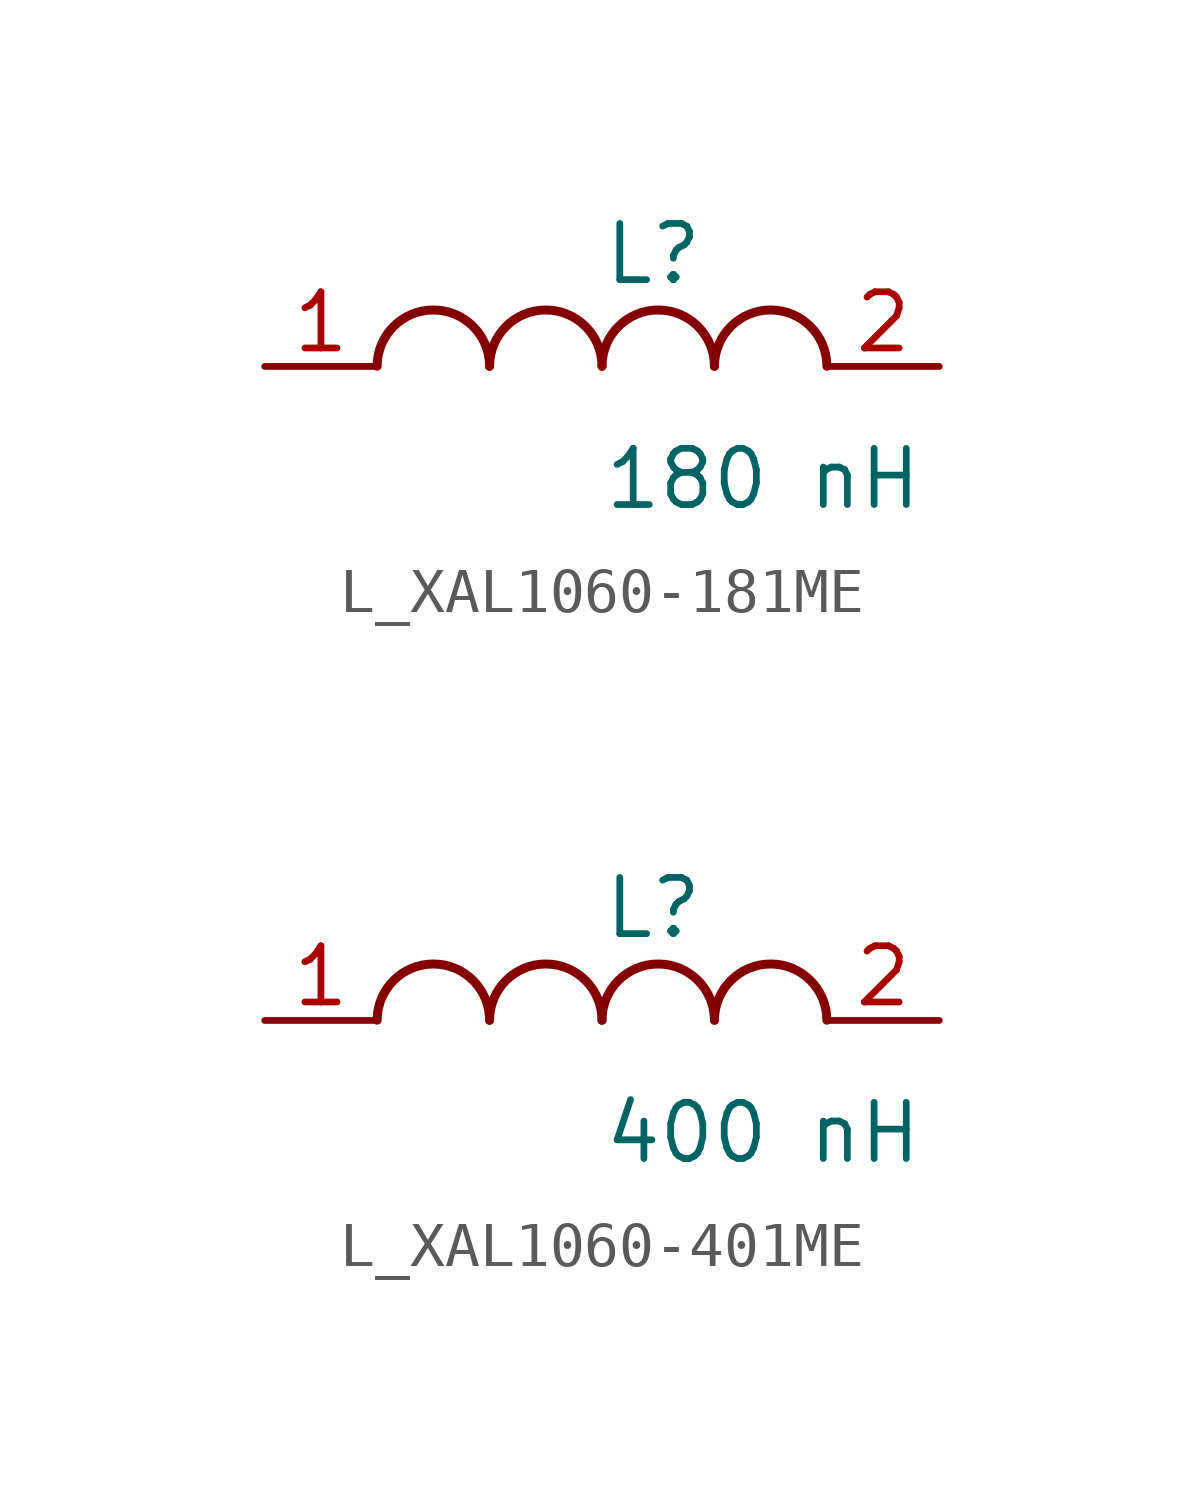
<source format=kicad_sym>
(kicad_symbol_lib
  (version 20231120)
  (generator kicad_symbol_editor)
  (generator_version 8.0)
  (symbol "L_XAL1060-181ME"
    (pin_names
      (offset 0.254))
    (property "Reference" "L"
      (at 0 2.54 0)
      (effects (font (size 1.27 1.27)) (justify left)))
    (property "Value" "180 nH"
      (at 0 -2.54 0)
      (effects (font (size 1.27 1.27)) (justify left)))
    (symbol "L_XAL1060-181ME_1_1"
      (arc (start -2.54 0.0056) (mid -3.81 1.27) (end -5.08 0.0056) (stroke (width 0.2032) (type default)) (fill (type none)))
      (arc (start 0 0.0056) (mid -1.27 1.27) (end -2.54 0.0056) (stroke (width 0.2032) (type default)) (fill (type none)))
      (arc (start 2.54 0.0056) (mid 1.27 1.27) (end 0 0.0056) (stroke (width 0.2032) (type default)) (fill (type none)))
      (arc (start 5.08 0.0056) (mid 3.81 1.27) (end 2.54 0.0056) (stroke (width 0.2032) (type default)) (fill (type none)))
      (pin passive line (at -7.62 0 0) (length 2.54) (name "" (effects (font (size 1.27 1.27)))) (number "1" (effects (font (size 1.27 1.27)))))
      (pin passive line (at 7.62 0 180) (length 2.54) (name "" (effects (font (size 1.27 1.27)))) (number "2" (effects (font (size 1.27 1.27)))))))
  (symbol "L_XAL1060-401ME"
    (pin_names
      (offset 0.254))
    (property "Reference" "L"
      (at 0 2.54 0)
      (effects (font (size 1.27 1.27)) (justify left)))
    (property "Value" "400 nH"
      (at 0 -2.54 0)
      (effects (font (size 1.27 1.27)) (justify left)))
    (symbol "L_XAL1060-401ME_1_1"
      (arc (start -2.54 0.0056) (mid -3.81 1.27) (end -5.08 0.0056) (stroke (width 0.2032) (type default)) (fill (type none)))
      (arc (start 0 0.0056) (mid -1.27 1.27) (end -2.54 0.0056) (stroke (width 0.2032) (type default)) (fill (type none)))
      (arc (start 2.54 0.0056) (mid 1.27 1.27) (end 0 0.0056) (stroke (width 0.2032) (type default)) (fill (type none)))
      (arc (start 5.08 0.0056) (mid 3.81 1.27) (end 2.54 0.0056) (stroke (width 0.2032) (type default)) (fill (type none)))
      (pin passive line (at -7.62 0 0) (length 2.54) (name "" (effects (font (size 1.27 1.27)))) (number "1" (effects (font (size 1.27 1.27)))))
      (pin passive line (at 7.62 0 180) (length 2.54) (name "" (effects (font (size 1.27 1.27)))) (number "2" (effects (font (size 1.27 1.27))))))))
</source>
